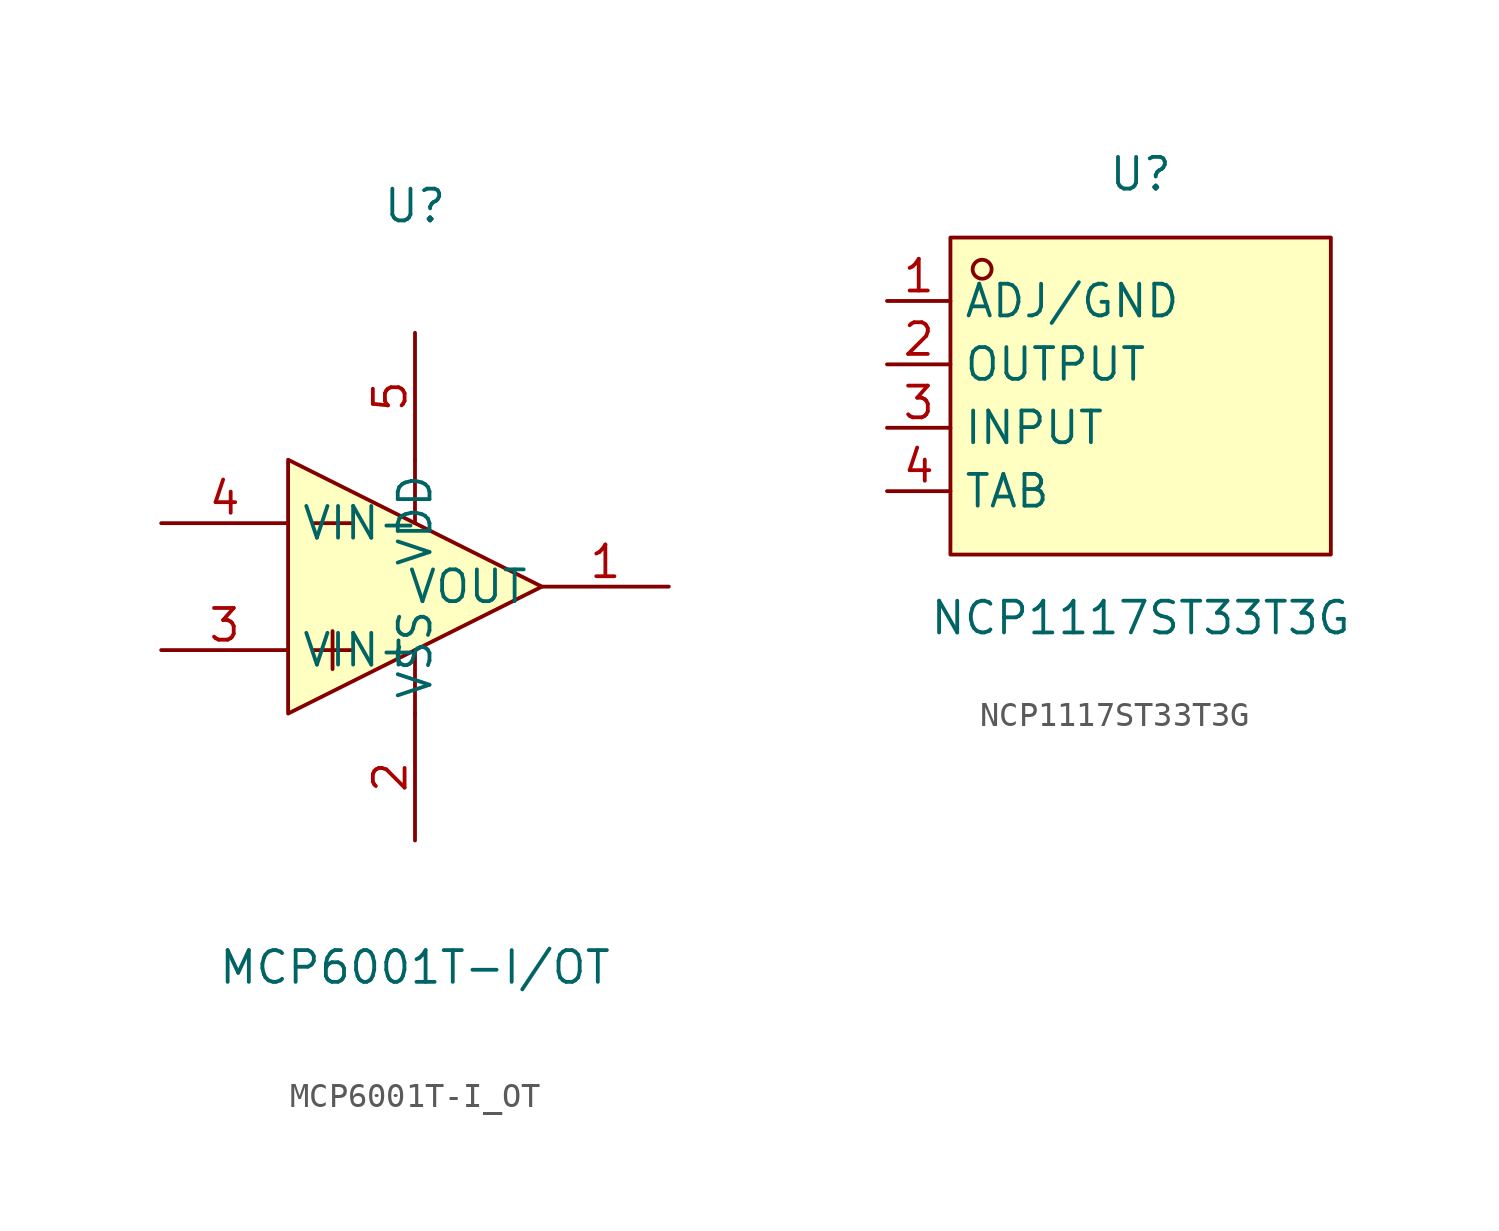
<source format=kicad_sym>
(kicad_symbol_lib
  (version 20211014)
  (generator https://github.com/uPesy/easyeda2kicad.py)
  (symbol "MCP6001T-I_OT"
    (property "Reference" "U"
      (at 0 15.24 0)
      (effects (font (size 1.27 1.27))))
    (property "Value" "MCP6001T-I/OT"
      (at 0 -15.24 0)
      (effects (font (size 1.27 1.27))))
    (symbol "MCP6001T-I_OT_0_1"
      (polyline (pts (xy -5.08 -5.08) (xy 5.08 -0.00) (xy -5.08 5.08) (xy -5.08 -5.08)) (stroke (width 0) (type default) (color 0 0 0 0)) (fill (type background)))
      (polyline (pts (xy -4.06 2.54) (xy -2.54 2.54)) (stroke (width 0) (type default) (color 0 0 0 0)) (fill (type none)))
      (polyline (pts (xy -4.06 -2.54) (xy -2.54 -2.54)) (stroke (width 0) (type default) (color 0 0 0 0)) (fill (type none)))
      (polyline (pts (xy -3.30 -1.78) (xy -3.30 -3.30)) (stroke (width 0) (type default) (color 0 0 0 0)) (fill (type none)))
      (polyline (pts (xy 0.00 5.08) (xy 0.00 2.54)) (stroke (width 0) (type default) (color 0 0 0 0)) (fill (type none)))
      (polyline (pts (xy 0.00 -2.54) (xy 0.00 -5.08)) (stroke (width 0) (type default) (color 0 0 0 0)) (fill (type none)))
      (pin power_in line (at 0.00 10.16 270) (length 5.08) (name "VDD" (effects (font (size 1.27 1.27)))) (number "5" (effects (font (size 1.27 1.27)))))
      (pin unspecified line (at -10.16 -2.54 0) (length 5.08) (name "VIN+" (effects (font (size 1.27 1.27)))) (number "3" (effects (font (size 1.27 1.27)))))
      (pin unspecified line (at -10.16 2.54 0) (length 5.08) (name "VIN-" (effects (font (size 1.27 1.27)))) (number "4" (effects (font (size 1.27 1.27)))))
      (pin power_in line (at 0.00 -10.16 90) (length 5.08) (name "VSS" (effects (font (size 1.27 1.27)))) (number "2" (effects (font (size 1.27 1.27)))))
      (pin output line (at 10.16 -0.00 180) (length 5.08) (name "VOUT" (effects (font (size 1.27 1.27)))) (number "1" (effects (font (size 1.27 1.27)))))))
  (symbol "NCP1117ST33T3G"
    (property "Reference" "U"
      (at 0 8.89 0)
      (effects (font (size 1.27 1.27))))
    (property "Value" "NCP1117ST33T3G"
      (at 0 -8.89 0)
      (effects (font (size 1.27 1.27))))
    (symbol "NCP1117ST33T3G_0_1"
      (rectangle (start -7.62 6.35) (end 7.62 -6.35) (stroke (width 0) (type default) (color 0 0 0 0)) (fill (type background)))
      (circle (center -6.35 5.08) (radius 0.38) (stroke (width 0) (type default) (color 0 0 0 0)) (fill (type none)))
      (pin unspecified line (at -10.16 3.81 0) (length 2.54) (name "ADJ/GND" (effects (font (size 1.27 1.27)))) (number "1" (effects (font (size 1.27 1.27)))))
      (pin unspecified line (at -10.16 1.27 0) (length 2.54) (name "OUTPUT" (effects (font (size 1.27 1.27)))) (number "2" (effects (font (size 1.27 1.27)))))
      (pin unspecified line (at -10.16 -1.27 0) (length 2.54) (name "INPUT" (effects (font (size 1.27 1.27)))) (number "3" (effects (font (size 1.27 1.27)))))
      (pin unspecified line (at -10.16 -3.81 0) (length 2.54) (name "TAB" (effects (font (size 1.27 1.27)))) (number "4" (effects (font (size 1.27 1.27))))))))
</source>
